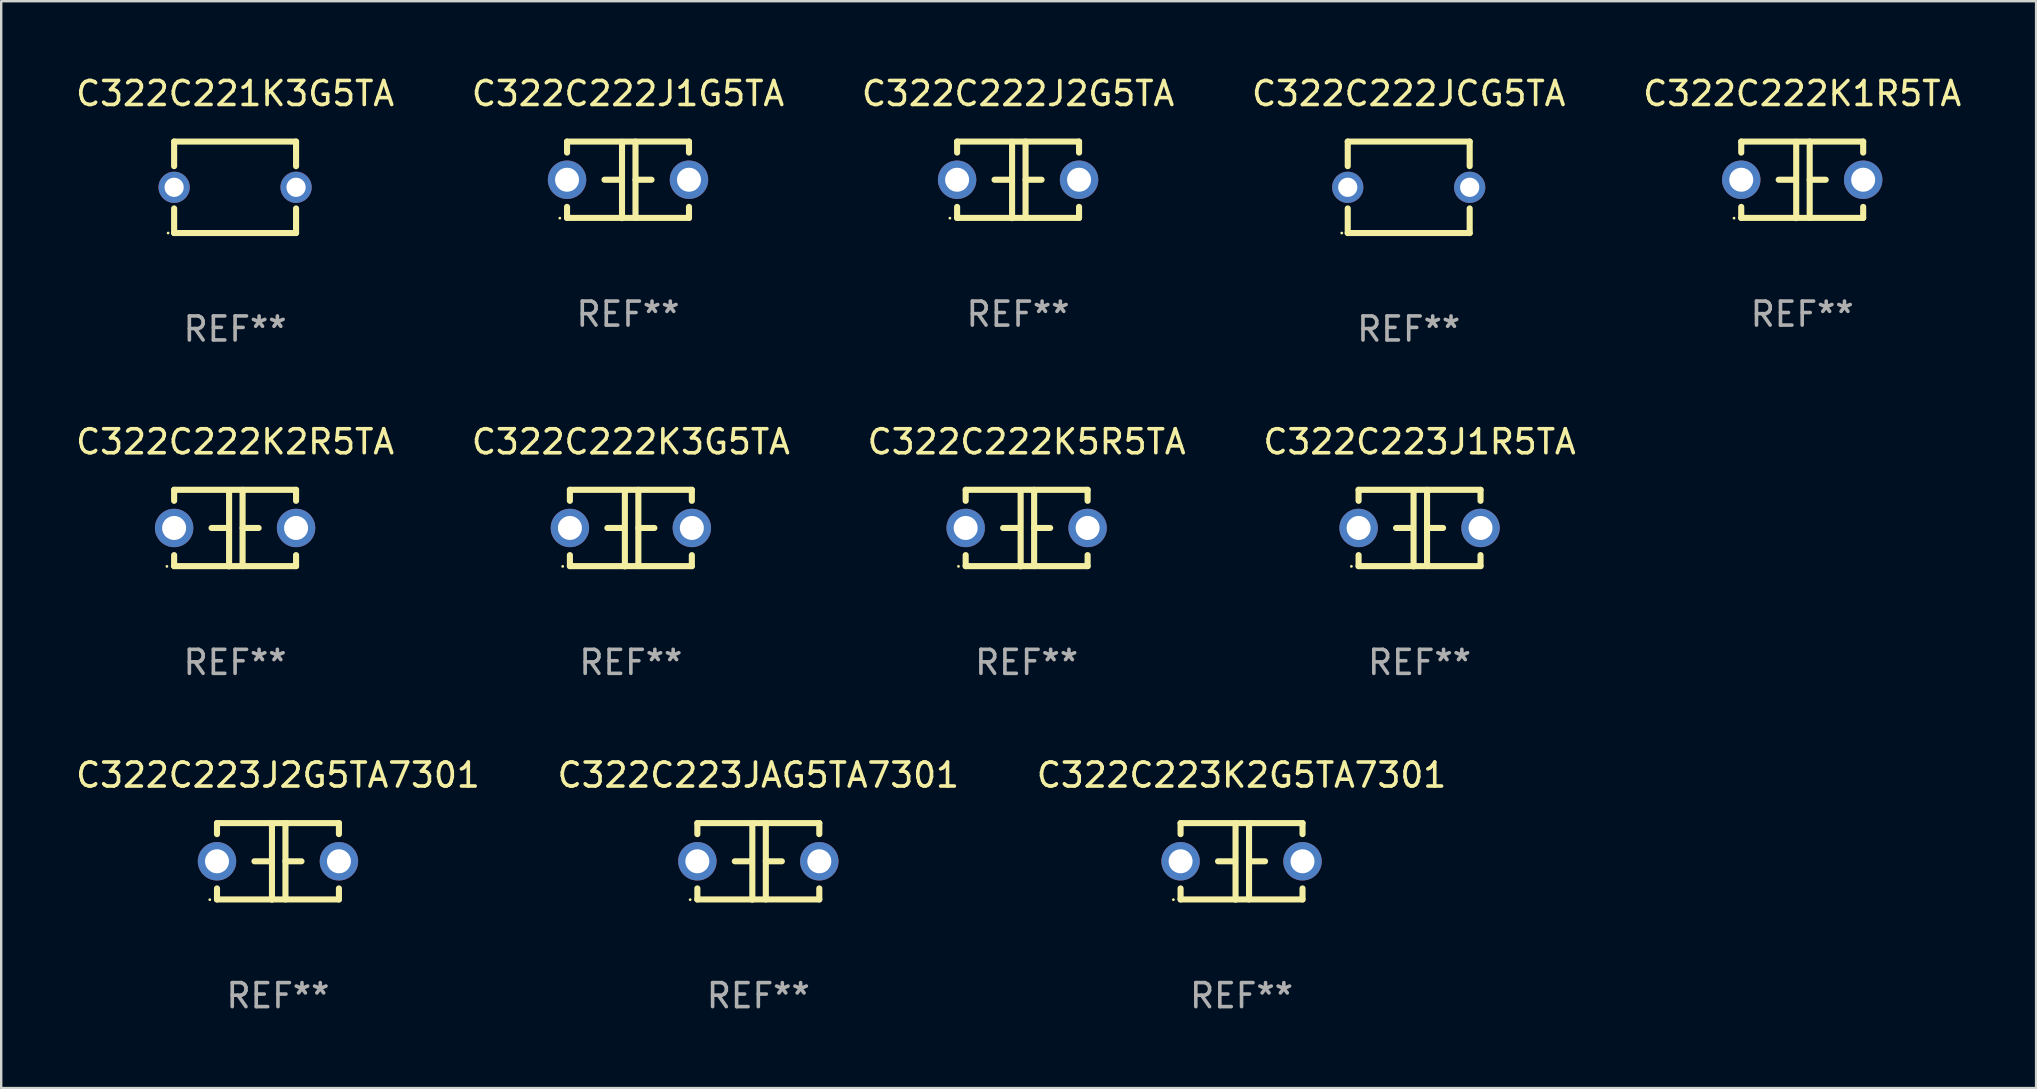
<source format=kicad_pcb>
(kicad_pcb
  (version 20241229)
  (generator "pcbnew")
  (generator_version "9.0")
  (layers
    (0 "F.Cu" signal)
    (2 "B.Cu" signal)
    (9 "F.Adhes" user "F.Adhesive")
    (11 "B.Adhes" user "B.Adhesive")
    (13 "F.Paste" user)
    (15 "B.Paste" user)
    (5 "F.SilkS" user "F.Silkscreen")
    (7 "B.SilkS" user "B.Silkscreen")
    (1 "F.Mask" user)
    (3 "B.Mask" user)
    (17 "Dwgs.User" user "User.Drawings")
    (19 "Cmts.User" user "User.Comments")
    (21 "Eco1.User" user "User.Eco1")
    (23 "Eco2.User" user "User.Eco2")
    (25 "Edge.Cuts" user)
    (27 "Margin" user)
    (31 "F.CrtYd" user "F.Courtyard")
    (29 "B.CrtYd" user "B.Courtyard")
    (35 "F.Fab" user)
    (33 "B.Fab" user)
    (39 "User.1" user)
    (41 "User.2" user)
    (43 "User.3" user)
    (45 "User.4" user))
  (footprint "C322C222J2G5TA"
    (layer "F.Cu")
    (at 39.363 4.443)
    (property "Reference" "C322C222J2G5TA" (at 0 -3.595 0) (layer "F.SilkS") (effects (font (size 1 1) (thickness 0.15))))
    (attr through_hole)
    (fp_line (start -2.54 -1.595) (end -2.54 -1.136) (stroke (width 0.254) (type solid)) (layer "F.SilkS"))
    (fp_line (start -2.54 -1.595) (end 2.54 -1.595) (stroke (width 0.254) (type solid)) (layer "F.SilkS"))
    (fp_line (start -2.54 1.126) (end -2.54 1.585) (stroke (width 0.254) (type solid)) (layer "F.SilkS"))
    (fp_line (start -0.312 -0.005) (end -0.98 -0.005) (stroke (width 0.254) (type solid)) (layer "F.SilkS"))
    (fp_line (start -0.25 -1.585) (end -0.25 1.595) (stroke (width 0.254) (type solid)) (layer "F.SilkS"))
    (fp_line (start 0.312 -1.595) (end 0.312 1.585) (stroke (width 0.254) (type solid)) (layer "F.SilkS"))
    (fp_line (start 0.312 -0.005) (end 0.98 -0.005) (stroke (width 0.254) (type solid)) (layer "F.SilkS"))
    (fp_line (start 2.54 -1.595) (end 2.54 -1.136) (stroke (width 0.254) (type solid)) (layer "F.SilkS"))
    (fp_line (start 2.54 1.126) (end 2.54 1.585) (stroke (width 0.254) (type solid)) (layer "F.SilkS"))
    (fp_line (start 2.54 1.585) (end -2.54 1.585) (stroke (width 0.254) (type solid)) (layer "F.SilkS"))
    (fp_circle (center -2.84 1.595) (end -2.81 1.595) (stroke (width 0.06) (type solid)) (fill no) (layer "F.SilkS"))
    (fp_text user "REF**" (at 0 5.595 0) (layer "F.Fab") (effects (font (size 1 1) (thickness 0.15))))
    (pad "1" thru_hole circle (at -2.54 -0.005) (size 1.6 1.6) (drill 1) (layers "*.Cu" "*.Mask"))
    (pad "2" thru_hole circle (at 2.54 -0.005) (size 1.6 1.6) (drill 1) (layers "*.Cu" "*.Mask")))
  (footprint "C322C221K3G5TA"
    (layer "F.Cu")
    (at 6.744 4.753)
    (property "Reference" "C322C221K3G5TA" (at 0 -3.905 0) (layer "F.SilkS") (effects (font (size 1 1) (thickness 0.15))))
    (attr through_hole)
    (fp_line (start -2.54 -1.905) (end -2.54 -0.881) (stroke (width 0.254) (type solid)) (layer "F.SilkS"))
    (fp_line (start -2.54 0.881) (end -2.54 1.905) (stroke (width 0.254) (type solid)) (layer "F.SilkS"))
    (fp_line (start -2.54 1.905) (end 2.54 1.905) (stroke (width 0.254) (type solid)) (layer "F.SilkS"))
    (fp_line (start 2.54 -1.905) (end -2.54 -1.905) (stroke (width 0.254) (type solid)) (layer "F.SilkS"))
    (fp_line (start 2.54 -0.881) (end 2.54 -1.905) (stroke (width 0.254) (type solid)) (layer "F.SilkS"))
    (fp_line (start 2.54 1.905) (end 2.54 0.881) (stroke (width 0.254) (type solid)) (layer "F.SilkS"))
    (fp_circle (center -2.79 1.905) (end -2.76 1.905) (stroke (width 0.06) (type solid)) (fill no) (layer "F.SilkS"))
    (fp_text user "REF**" (at 0 5.905 0) (layer "F.Fab") (effects (font (size 1 1) (thickness 0.15))))
    (pad "1" thru_hole circle (at -2.54 0) (size 1.3 1.3) (drill 0.8) (layers "*.Cu" "*.Mask"))
    (pad "2" thru_hole circle (at 2.54 0) (size 1.3 1.3) (drill 0.8) (layers "*.Cu" "*.Mask")))
  (footprint "C322C223J1R5TA"
    (layer "F.Cu")
    (at 56.089 18.95)
    (property "Reference" "C322C223J1R5TA" (at 0 -3.595 0) (layer "F.SilkS") (effects (font (size 1 1) (thickness 0.15))))
    (attr through_hole)
    (fp_line (start -2.54 -1.595) (end -2.54 -1.136) (stroke (width 0.254) (type solid)) (layer "F.SilkS"))
    (fp_line (start -2.54 -1.595) (end 2.54 -1.595) (stroke (width 0.254) (type solid)) (layer "F.SilkS"))
    (fp_line (start -2.54 1.126) (end -2.54 1.585) (stroke (width 0.254) (type solid)) (layer "F.SilkS"))
    (fp_line (start -0.312 -0.005) (end -0.98 -0.005) (stroke (width 0.254) (type solid)) (layer "F.SilkS"))
    (fp_line (start -0.25 -1.585) (end -0.25 1.595) (stroke (width 0.254) (type solid)) (layer "F.SilkS"))
    (fp_line (start 0.312 -1.595) (end 0.312 1.585) (stroke (width 0.254) (type solid)) (layer "F.SilkS"))
    (fp_line (start 0.312 -0.005) (end 0.98 -0.005) (stroke (width 0.254) (type solid)) (layer "F.SilkS"))
    (fp_line (start 2.54 -1.595) (end 2.54 -1.136) (stroke (width 0.254) (type solid)) (layer "F.SilkS"))
    (fp_line (start 2.54 1.126) (end 2.54 1.585) (stroke (width 0.254) (type solid)) (layer "F.SilkS"))
    (fp_line (start 2.54 1.585) (end -2.54 1.585) (stroke (width 0.254) (type solid)) (layer "F.SilkS"))
    (fp_circle (center -2.84 1.595) (end -2.81 1.595) (stroke (width 0.06) (type solid)) (fill no) (layer "F.SilkS"))
    (fp_text user "REF**" (at 0 5.595 0) (layer "F.Fab") (effects (font (size 1 1) (thickness 0.15))))
    (pad "1" thru_hole circle (at -2.54 -0.005) (size 1.6 1.6) (drill 1) (layers "*.Cu" "*.Mask"))
    (pad "2" thru_hole circle (at 2.54 -0.005) (size 1.6 1.6) (drill 1) (layers "*.Cu" "*.Mask")))
  (footprint "C322C222K1R5TA"
    (layer "F.Cu")
    (at 72.03 4.443)
    (property "Reference" "C322C222K1R5TA" (at 0 -3.595 0) (layer "F.SilkS") (effects (font (size 1 1) (thickness 0.15))))
    (attr through_hole)
    (fp_line (start -2.54 -1.595) (end -2.54 -1.136) (stroke (width 0.254) (type solid)) (layer "F.SilkS"))
    (fp_line (start -2.54 -1.595) (end 2.54 -1.595) (stroke (width 0.254) (type solid)) (layer "F.SilkS"))
    (fp_line (start -2.54 1.126) (end -2.54 1.585) (stroke (width 0.254) (type solid)) (layer "F.SilkS"))
    (fp_line (start -0.312 -0.005) (end -0.98 -0.005) (stroke (width 0.254) (type solid)) (layer "F.SilkS"))
    (fp_line (start -0.25 -1.585) (end -0.25 1.595) (stroke (width 0.254) (type solid)) (layer "F.SilkS"))
    (fp_line (start 0.312 -1.595) (end 0.312 1.585) (stroke (width 0.254) (type solid)) (layer "F.SilkS"))
    (fp_line (start 0.312 -0.005) (end 0.98 -0.005) (stroke (width 0.254) (type solid)) (layer "F.SilkS"))
    (fp_line (start 2.54 -1.595) (end 2.54 -1.136) (stroke (width 0.254) (type solid)) (layer "F.SilkS"))
    (fp_line (start 2.54 1.126) (end 2.54 1.585) (stroke (width 0.254) (type solid)) (layer "F.SilkS"))
    (fp_line (start 2.54 1.585) (end -2.54 1.585) (stroke (width 0.254) (type solid)) (layer "F.SilkS"))
    (fp_circle (center -2.84 1.595) (end -2.81 1.595) (stroke (width 0.06) (type solid)) (fill no) (layer "F.SilkS"))
    (fp_text user "REF**" (at 0 5.595 0) (layer "F.Fab") (effects (font (size 1 1) (thickness 0.15))))
    (pad "1" thru_hole circle (at -2.54 -0.005) (size 1.6 1.6) (drill 1) (layers "*.Cu" "*.Mask"))
    (pad "2" thru_hole circle (at 2.54 -0.005) (size 1.6 1.6) (drill 1) (layers "*.Cu" "*.Mask")))
  (footprint "C322C222J1G5TA"
    (layer "F.Cu")
    (at 23.113 4.443)
    (property "Reference" "C322C222J1G5TA" (at 0 -3.595 0) (layer "F.SilkS") (effects (font (size 1 1) (thickness 0.15))))
    (attr through_hole)
    (fp_line (start -2.54 -1.595) (end -2.54 -1.136) (stroke (width 0.254) (type solid)) (layer "F.SilkS"))
    (fp_line (start -2.54 -1.595) (end 2.54 -1.595) (stroke (width 0.254) (type solid)) (layer "F.SilkS"))
    (fp_line (start -2.54 1.126) (end -2.54 1.585) (stroke (width 0.254) (type solid)) (layer "F.SilkS"))
    (fp_line (start -0.312 -0.005) (end -0.98 -0.005) (stroke (width 0.254) (type solid)) (layer "F.SilkS"))
    (fp_line (start -0.25 -1.585) (end -0.25 1.595) (stroke (width 0.254) (type solid)) (layer "F.SilkS"))
    (fp_line (start 0.312 -1.595) (end 0.312 1.585) (stroke (width 0.254) (type solid)) (layer "F.SilkS"))
    (fp_line (start 0.312 -0.005) (end 0.98 -0.005) (stroke (width 0.254) (type solid)) (layer "F.SilkS"))
    (fp_line (start 2.54 -1.595) (end 2.54 -1.136) (stroke (width 0.254) (type solid)) (layer "F.SilkS"))
    (fp_line (start 2.54 1.126) (end 2.54 1.585) (stroke (width 0.254) (type solid)) (layer "F.SilkS"))
    (fp_line (start 2.54 1.585) (end -2.54 1.585) (stroke (width 0.254) (type solid)) (layer "F.SilkS"))
    (fp_circle (center -2.84 1.595) (end -2.81 1.595) (stroke (width 0.06) (type solid)) (fill no) (layer "F.SilkS"))
    (fp_text user "REF**" (at 0 5.595 0) (layer "F.Fab") (effects (font (size 1 1) (thickness 0.15))))
    (pad "1" thru_hole circle (at -2.54 -0.005) (size 1.6 1.6) (drill 1) (layers "*.Cu" "*.Mask"))
    (pad "2" thru_hole circle (at 2.54 -0.005) (size 1.6 1.6) (drill 1) (layers "*.Cu" "*.Mask")))
  (footprint "C322C222K5R5TA"
    (layer "F.Cu")
    (at 39.72 18.95)
    (property "Reference" "C322C222K5R5TA" (at 0 -3.595 0) (layer "F.SilkS") (effects (font (size 1 1) (thickness 0.15))))
    (attr through_hole)
    (fp_line (start -2.54 -1.595) (end -2.54 -1.136) (stroke (width 0.254) (type solid)) (layer "F.SilkS"))
    (fp_line (start -2.54 -1.595) (end 2.54 -1.595) (stroke (width 0.254) (type solid)) (layer "F.SilkS"))
    (fp_line (start -2.54 1.126) (end -2.54 1.585) (stroke (width 0.254) (type solid)) (layer "F.SilkS"))
    (fp_line (start -0.312 -0.005) (end -0.98 -0.005) (stroke (width 0.254) (type solid)) (layer "F.SilkS"))
    (fp_line (start -0.25 -1.585) (end -0.25 1.595) (stroke (width 0.254) (type solid)) (layer "F.SilkS"))
    (fp_line (start 0.312 -1.595) (end 0.312 1.585) (stroke (width 0.254) (type solid)) (layer "F.SilkS"))
    (fp_line (start 0.312 -0.005) (end 0.98 -0.005) (stroke (width 0.254) (type solid)) (layer "F.SilkS"))
    (fp_line (start 2.54 -1.595) (end 2.54 -1.136) (stroke (width 0.254) (type solid)) (layer "F.SilkS"))
    (fp_line (start 2.54 1.126) (end 2.54 1.585) (stroke (width 0.254) (type solid)) (layer "F.SilkS"))
    (fp_line (start 2.54 1.585) (end -2.54 1.585) (stroke (width 0.254) (type solid)) (layer "F.SilkS"))
    (fp_circle (center -2.84 1.595) (end -2.81 1.595) (stroke (width 0.06) (type solid)) (fill no) (layer "F.SilkS"))
    (fp_text user "REF**" (at 0 5.595 0) (layer "F.Fab") (effects (font (size 1 1) (thickness 0.15))))
    (pad "1" thru_hole circle (at -2.54 -0.005) (size 1.6 1.6) (drill 1) (layers "*.Cu" "*.Mask"))
    (pad "2" thru_hole circle (at 2.54 -0.005) (size 1.6 1.6) (drill 1) (layers "*.Cu" "*.Mask")))
  (footprint "C322C222K3G5TA"
    (layer "F.Cu")
    (at 23.232 18.95)
    (property "Reference" "C322C222K3G5TA" (at 0 -3.595 0) (layer "F.SilkS") (effects (font (size 1 1) (thickness 0.15))))
    (attr through_hole)
    (fp_line (start -2.54 -1.595) (end -2.54 -1.136) (stroke (width 0.254) (type solid)) (layer "F.SilkS"))
    (fp_line (start -2.54 -1.595) (end 2.54 -1.595) (stroke (width 0.254) (type solid)) (layer "F.SilkS"))
    (fp_line (start -2.54 1.126) (end -2.54 1.585) (stroke (width 0.254) (type solid)) (layer "F.SilkS"))
    (fp_line (start -0.312 -0.005) (end -0.98 -0.005) (stroke (width 0.254) (type solid)) (layer "F.SilkS"))
    (fp_line (start -0.25 -1.585) (end -0.25 1.595) (stroke (width 0.254) (type solid)) (layer "F.SilkS"))
    (fp_line (start 0.312 -1.595) (end 0.312 1.585) (stroke (width 0.254) (type solid)) (layer "F.SilkS"))
    (fp_line (start 0.312 -0.005) (end 0.98 -0.005) (stroke (width 0.254) (type solid)) (layer "F.SilkS"))
    (fp_line (start 2.54 -1.595) (end 2.54 -1.136) (stroke (width 0.254) (type solid)) (layer "F.SilkS"))
    (fp_line (start 2.54 1.126) (end 2.54 1.585) (stroke (width 0.254) (type solid)) (layer "F.SilkS"))
    (fp_line (start 2.54 1.585) (end -2.54 1.585) (stroke (width 0.254) (type solid)) (layer "F.SilkS"))
    (fp_circle (center -2.84 1.595) (end -2.81 1.595) (stroke (width 0.06) (type solid)) (fill no) (layer "F.SilkS"))
    (fp_text user "REF**" (at 0 5.595 0) (layer "F.Fab") (effects (font (size 1 1) (thickness 0.15))))
    (pad "1" thru_hole circle (at -2.54 -0.005) (size 1.6 1.6) (drill 1) (layers "*.Cu" "*.Mask"))
    (pad "2" thru_hole circle (at 2.54 -0.005) (size 1.6 1.6) (drill 1) (layers "*.Cu" "*.Mask")))
  (footprint "C322C222K2R5TA"
    (layer "F.Cu")
    (at 6.744 18.95)
    (property "Reference" "C322C222K2R5TA" (at 0 -3.595 0) (layer "F.SilkS") (effects (font (size 1 1) (thickness 0.15))))
    (attr through_hole)
    (fp_line (start -2.54 -1.595) (end -2.54 -1.136) (stroke (width 0.254) (type solid)) (layer "F.SilkS"))
    (fp_line (start -2.54 -1.595) (end 2.54 -1.595) (stroke (width 0.254) (type solid)) (layer "F.SilkS"))
    (fp_line (start -2.54 1.126) (end -2.54 1.585) (stroke (width 0.254) (type solid)) (layer "F.SilkS"))
    (fp_line (start -0.312 -0.005) (end -0.98 -0.005) (stroke (width 0.254) (type solid)) (layer "F.SilkS"))
    (fp_line (start -0.25 -1.585) (end -0.25 1.595) (stroke (width 0.254) (type solid)) (layer "F.SilkS"))
    (fp_line (start 0.312 -1.595) (end 0.312 1.585) (stroke (width 0.254) (type solid)) (layer "F.SilkS"))
    (fp_line (start 0.312 -0.005) (end 0.98 -0.005) (stroke (width 0.254) (type solid)) (layer "F.SilkS"))
    (fp_line (start 2.54 -1.595) (end 2.54 -1.136) (stroke (width 0.254) (type solid)) (layer "F.SilkS"))
    (fp_line (start 2.54 1.126) (end 2.54 1.585) (stroke (width 0.254) (type solid)) (layer "F.SilkS"))
    (fp_line (start 2.54 1.585) (end -2.54 1.585) (stroke (width 0.254) (type solid)) (layer "F.SilkS"))
    (fp_circle (center -2.84 1.595) (end -2.81 1.595) (stroke (width 0.06) (type solid)) (fill no) (layer "F.SilkS"))
    (fp_text user "REF**" (at 0 5.595 0) (layer "F.Fab") (effects (font (size 1 1) (thickness 0.15))))
    (pad "1" thru_hole circle (at -2.54 -0.005) (size 1.6 1.6) (drill 1) (layers "*.Cu" "*.Mask"))
    (pad "2" thru_hole circle (at 2.54 -0.005) (size 1.6 1.6) (drill 1) (layers "*.Cu" "*.Mask")))
  (footprint "C322C223K2G5TA7301"
    (layer "F.Cu")
    (at 48.673 32.836)
    (property "Reference" "C322C223K2G5TA7301" (at 0 -3.595 0) (layer "F.SilkS") (effects (font (size 1 1) (thickness 0.15))))
    (attr through_hole)
    (fp_line (start -2.54 -1.595) (end -2.54 -1.136) (stroke (width 0.254) (type solid)) (layer "F.SilkS"))
    (fp_line (start -2.54 -1.595) (end 2.54 -1.595) (stroke (width 0.254) (type solid)) (layer "F.SilkS"))
    (fp_line (start -2.54 1.126) (end -2.54 1.585) (stroke (width 0.254) (type solid)) (layer "F.SilkS"))
    (fp_line (start -0.312 -0.005) (end -0.98 -0.005) (stroke (width 0.254) (type solid)) (layer "F.SilkS"))
    (fp_line (start -0.25 -1.585) (end -0.25 1.595) (stroke (width 0.254) (type solid)) (layer "F.SilkS"))
    (fp_line (start 0.312 -1.595) (end 0.312 1.585) (stroke (width 0.254) (type solid)) (layer "F.SilkS"))
    (fp_line (start 0.312 -0.005) (end 0.98 -0.005) (stroke (width 0.254) (type solid)) (layer "F.SilkS"))
    (fp_line (start 2.54 -1.595) (end 2.54 -1.136) (stroke (width 0.254) (type solid)) (layer "F.SilkS"))
    (fp_line (start 2.54 1.126) (end 2.54 1.585) (stroke (width 0.254) (type solid)) (layer "F.SilkS"))
    (fp_line (start 2.54 1.585) (end -2.54 1.585) (stroke (width 0.254) (type solid)) (layer "F.SilkS"))
    (fp_circle (center -2.84 1.595) (end -2.81 1.595) (stroke (width 0.06) (type solid)) (fill no) (layer "F.SilkS"))
    (fp_text user "REF**" (at 0 5.595 0) (layer "F.Fab") (effects (font (size 1 1) (thickness 0.15))))
    (pad "1" thru_hole circle (at -2.54 -0.005) (size 1.6 1.6) (drill 1) (layers "*.Cu" "*.Mask"))
    (pad "2" thru_hole circle (at 2.54 -0.005) (size 1.6 1.6) (drill 1) (layers "*.Cu" "*.Mask")))
  (footprint "C322C223J2G5TA7301"
    (layer "F.Cu")
    (at 8.53 32.836)
    (property "Reference" "C322C223J2G5TA7301" (at 0 -3.595 0) (layer "F.SilkS") (effects (font (size 1 1) (thickness 0.15))))
    (attr through_hole)
    (fp_line (start -2.54 -1.595) (end -2.54 -1.136) (stroke (width 0.254) (type solid)) (layer "F.SilkS"))
    (fp_line (start -2.54 -1.595) (end 2.54 -1.595) (stroke (width 0.254) (type solid)) (layer "F.SilkS"))
    (fp_line (start -2.54 1.126) (end -2.54 1.585) (stroke (width 0.254) (type solid)) (layer "F.SilkS"))
    (fp_line (start -0.312 -0.005) (end -0.98 -0.005) (stroke (width 0.254) (type solid)) (layer "F.SilkS"))
    (fp_line (start -0.25 -1.585) (end -0.25 1.595) (stroke (width 0.254) (type solid)) (layer "F.SilkS"))
    (fp_line (start 0.312 -1.595) (end 0.312 1.585) (stroke (width 0.254) (type solid)) (layer "F.SilkS"))
    (fp_line (start 0.312 -0.005) (end 0.98 -0.005) (stroke (width 0.254) (type solid)) (layer "F.SilkS"))
    (fp_line (start 2.54 -1.595) (end 2.54 -1.136) (stroke (width 0.254) (type solid)) (layer "F.SilkS"))
    (fp_line (start 2.54 1.126) (end 2.54 1.585) (stroke (width 0.254) (type solid)) (layer "F.SilkS"))
    (fp_line (start 2.54 1.585) (end -2.54 1.585) (stroke (width 0.254) (type solid)) (layer "F.SilkS"))
    (fp_circle (center -2.84 1.595) (end -2.81 1.595) (stroke (width 0.06) (type solid)) (fill no) (layer "F.SilkS"))
    (fp_text user "REF**" (at 0 5.595 0) (layer "F.Fab") (effects (font (size 1 1) (thickness 0.15))))
    (pad "1" thru_hole circle (at -2.54 -0.005) (size 1.6 1.6) (drill 1) (layers "*.Cu" "*.Mask"))
    (pad "2" thru_hole circle (at 2.54 -0.005) (size 1.6 1.6) (drill 1) (layers "*.Cu" "*.Mask")))
  (footprint "C322C222JCG5TA"
    (layer "F.Cu")
    (at 55.637 4.753)
    (property "Reference" "C322C222JCG5TA" (at 0 -3.905 0) (layer "F.SilkS") (effects (font (size 1 1) (thickness 0.15))))
    (attr through_hole)
    (fp_line (start -2.54 -1.905) (end -2.54 -0.881) (stroke (width 0.254) (type solid)) (layer "F.SilkS"))
    (fp_line (start -2.54 0.881) (end -2.54 1.905) (stroke (width 0.254) (type solid)) (layer "F.SilkS"))
    (fp_line (start -2.54 1.905) (end 2.54 1.905) (stroke (width 0.254) (type solid)) (layer "F.SilkS"))
    (fp_line (start 2.54 -1.905) (end -2.54 -1.905) (stroke (width 0.254) (type solid)) (layer "F.SilkS"))
    (fp_line (start 2.54 -0.881) (end 2.54 -1.905) (stroke (width 0.254) (type solid)) (layer "F.SilkS"))
    (fp_line (start 2.54 1.905) (end 2.54 0.881) (stroke (width 0.254) (type solid)) (layer "F.SilkS"))
    (fp_circle (center -2.79 1.905) (end -2.76 1.905) (stroke (width 0.06) (type solid)) (fill no) (layer "F.SilkS"))
    (fp_text user "REF**" (at 0 5.905 0) (layer "F.Fab") (effects (font (size 1 1) (thickness 0.15))))
    (pad "1" thru_hole circle (at -2.54 0) (size 1.3 1.3) (drill 0.8) (layers "*.Cu" "*.Mask"))
    (pad "2" thru_hole circle (at 2.54 0) (size 1.3 1.3) (drill 0.8) (layers "*.Cu" "*.Mask")))
  (footprint "C322C223JAG5TA7301"
    (layer "F.Cu")
    (at 28.542 32.836)
    (property "Reference" "C322C223JAG5TA7301" (at 0 -3.595 0) (layer "F.SilkS") (effects (font (size 1 1) (thickness 0.15))))
    (attr through_hole)
    (fp_line (start -2.54 -1.595) (end -2.54 -1.136) (stroke (width 0.254) (type solid)) (layer "F.SilkS"))
    (fp_line (start -2.54 -1.595) (end 2.54 -1.595) (stroke (width 0.254) (type solid)) (layer "F.SilkS"))
    (fp_line (start -2.54 1.126) (end -2.54 1.585) (stroke (width 0.254) (type solid)) (layer "F.SilkS"))
    (fp_line (start -0.312 -0.005) (end -0.98 -0.005) (stroke (width 0.254) (type solid)) (layer "F.SilkS"))
    (fp_line (start -0.25 -1.585) (end -0.25 1.595) (stroke (width 0.254) (type solid)) (layer "F.SilkS"))
    (fp_line (start 0.312 -1.595) (end 0.312 1.585) (stroke (width 0.254) (type solid)) (layer "F.SilkS"))
    (fp_line (start 0.312 -0.005) (end 0.98 -0.005) (stroke (width 0.254) (type solid)) (layer "F.SilkS"))
    (fp_line (start 2.54 -1.595) (end 2.54 -1.136) (stroke (width 0.254) (type solid)) (layer "F.SilkS"))
    (fp_line (start 2.54 1.126) (end 2.54 1.585) (stroke (width 0.254) (type solid)) (layer "F.SilkS"))
    (fp_line (start 2.54 1.585) (end -2.54 1.585) (stroke (width 0.254) (type solid)) (layer "F.SilkS"))
    (fp_circle (center -2.84 1.595) (end -2.81 1.595) (stroke (width 0.06) (type solid)) (fill no) (layer "F.SilkS"))
    (fp_text user "REF**" (at 0 5.595 0) (layer "F.Fab") (effects (font (size 1 1) (thickness 0.15))))
    (pad "1" thru_hole circle (at -2.54 -0.005) (size 1.6 1.6) (drill 1) (layers "*.Cu" "*.Mask"))
    (pad "2" thru_hole circle (at 2.54 -0.005) (size 1.6 1.6) (drill 1) (layers "*.Cu" "*.Mask")))
  (gr_rect
    (start -3 -3)
    (end 81.774 42.279)
    (stroke (width 0.1) (type default))
    (fill no)
    (layer "Edge.Cuts")))
</source>
